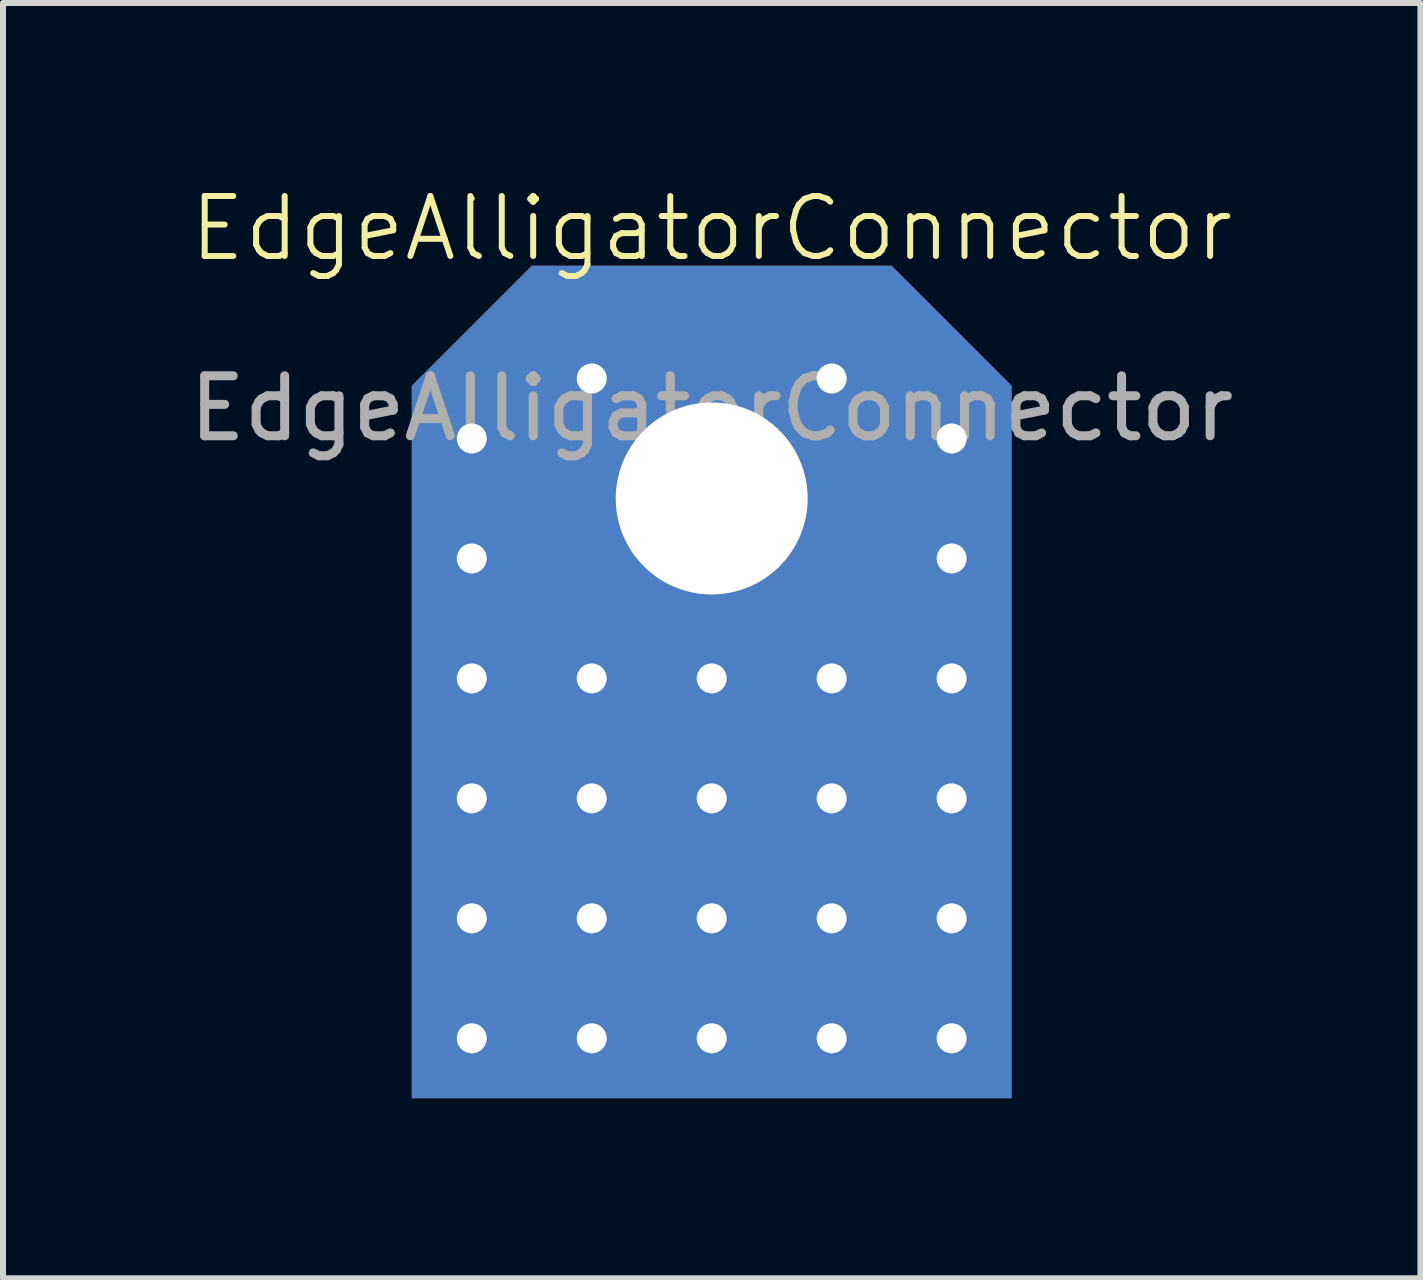
<source format=kicad_pcb>
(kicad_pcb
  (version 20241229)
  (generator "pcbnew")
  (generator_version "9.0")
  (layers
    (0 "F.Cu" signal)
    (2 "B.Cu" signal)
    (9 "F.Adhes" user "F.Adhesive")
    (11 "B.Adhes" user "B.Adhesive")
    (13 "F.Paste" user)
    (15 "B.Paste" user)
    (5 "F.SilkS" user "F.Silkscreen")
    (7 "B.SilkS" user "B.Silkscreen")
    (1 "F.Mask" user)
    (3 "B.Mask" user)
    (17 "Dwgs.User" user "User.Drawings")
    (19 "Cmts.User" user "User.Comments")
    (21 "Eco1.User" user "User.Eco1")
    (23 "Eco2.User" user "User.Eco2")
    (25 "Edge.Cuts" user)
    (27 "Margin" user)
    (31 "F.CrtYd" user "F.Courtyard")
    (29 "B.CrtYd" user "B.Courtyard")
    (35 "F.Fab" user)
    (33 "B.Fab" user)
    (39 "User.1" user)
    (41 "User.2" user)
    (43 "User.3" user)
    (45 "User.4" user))
  (footprint "EdgeAlligatorConnector"
    (layer "F.Cu")
    (at 8.815 1.26)
    (property "Reference" "EdgeAlligatorConnector" (at 0 -0.5 0) (unlocked yes) (layer "F.SilkS") (effects (font (size 1 1) (thickness 0.1))))
    (attr through_hole)
    (fp_line (start -4 -1) (end -4 -1) (stroke (width 0.1) (type default)) (layer "F.SilkS"))
    (fp_text user "${REFERENCE}" (at 0 2.5 0) (unlocked yes) (layer "F.Fab") (effects (font (size 1 1) (thickness 0.15))))
    (pad "1" thru_hole circle (at -4 3) (size 1 1) (drill 0.5) (layers "*.Cu" "*.Mask"))
    (pad "1" thru_hole circle (at -4 5) (size 1 1) (drill 0.5) (layers "*.Cu" "*.Mask"))
    (pad "1" thru_hole circle (at -4 7) (size 1 1) (drill 0.5) (layers "*.Cu" "*.Mask"))
    (pad "1" thru_hole circle (at -4 9) (size 1 1) (drill 0.5) (layers "*.Cu" "*.Mask"))
    (pad "1" thru_hole circle (at -4 11) (size 1 1) (drill 0.5) (layers "*.Cu" "*.Mask"))
    (pad "1" thru_hole circle (at -4 13) (size 1 1) (drill 0.5) (layers "*.Cu" "*.Mask"))
    (pad "1" thru_hole circle (at -2 2) (size 1 1) (drill 0.5) (layers "*.Cu" "*.Mask"))
    (pad "1" thru_hole circle (at -2 7) (size 1 1) (drill 0.5) (layers "*.Cu" "*.Mask"))
    (pad "1" thru_hole circle (at -2 9) (size 1 1) (drill 0.5) (layers "*.Cu" "*.Mask"))
    (pad "1" thru_hole circle (at -2 11) (size 1 1) (drill 0.5) (layers "*.Cu" "*.Mask"))
    (pad "1" thru_hole circle (at -2 13) (size 1 1) (drill 0.5) (layers "*.Cu" "*.Mask"))
    (pad "1" thru_hole circle (at 0 4) (size 3.5 3.5) (drill 3.2) (layers "*.Cu" "*.Mask"))
    (pad "1" thru_hole circle (at 0 7) (size 1 1) (drill 0.5) (layers "*.Cu" "*.Mask"))
    (pad "1" connect roundrect (at 0 7.06) (size 10 13.88) (layers "F.Cu" "F.Mask") (roundrect_rratio 0) (chamfer_ratio 0.2) (chamfer top_left top_right))
    (pad "1" connect roundrect (at 0 7.06) (size 10 13.88) (layers "F.Mask" "B.Cu") (roundrect_rratio 0) (chamfer_ratio 0.2) (chamfer top_left top_right))
    (pad "1" thru_hole circle (at 0 9) (size 1 1) (drill 0.5) (layers "*.Cu" "*.Mask"))
    (pad "1" thru_hole circle (at 0 11) (size 1 1) (drill 0.5) (layers "*.Cu" "*.Mask"))
    (pad "1" thru_hole circle (at 0 13) (size 1 1) (drill 0.5) (layers "*.Cu" "*.Mask"))
    (pad "1" thru_hole circle (at 2 2) (size 1 1) (drill 0.5) (layers "*.Cu" "*.Mask"))
    (pad "1" thru_hole circle (at 2 7) (size 1 1) (drill 0.5) (layers "*.Cu" "*.Mask"))
    (pad "1" thru_hole circle (at 2 9) (size 1 1) (drill 0.5) (layers "*.Cu" "*.Mask"))
    (pad "1" thru_hole circle (at 2 11) (size 1 1) (drill 0.5) (layers "*.Cu" "*.Mask"))
    (pad "1" thru_hole circle (at 2 13) (size 1 1) (drill 0.5) (layers "*.Cu" "*.Mask"))
    (pad "1" thru_hole circle (at 4 3) (size 1 1) (drill 0.5) (layers "*.Cu" "*.Mask"))
    (pad "1" thru_hole circle (at 4 5) (size 1 1) (drill 0.5) (layers "*.Cu" "*.Mask"))
    (pad "1" thru_hole circle (at 4 7) (size 1 1) (drill 0.5) (layers "*.Cu" "*.Mask"))
    (pad "1" thru_hole circle (at 4 9) (size 1 1) (drill 0.5) (layers "*.Cu" "*.Mask"))
    (pad "1" thru_hole circle (at 4 11) (size 1 1) (drill 0.5) (layers "*.Cu" "*.Mask"))
    (pad "1" thru_hole circle (at 4 13) (size 1 1) (drill 0.5) (layers "*.Cu" "*.Mask")))
  (gr_rect
    (start -3 -3)
    (end 20.631 18.261)
    (stroke (width 0.1) (type default))
    (fill no)
    (layer "Edge.Cuts")))
</source>
